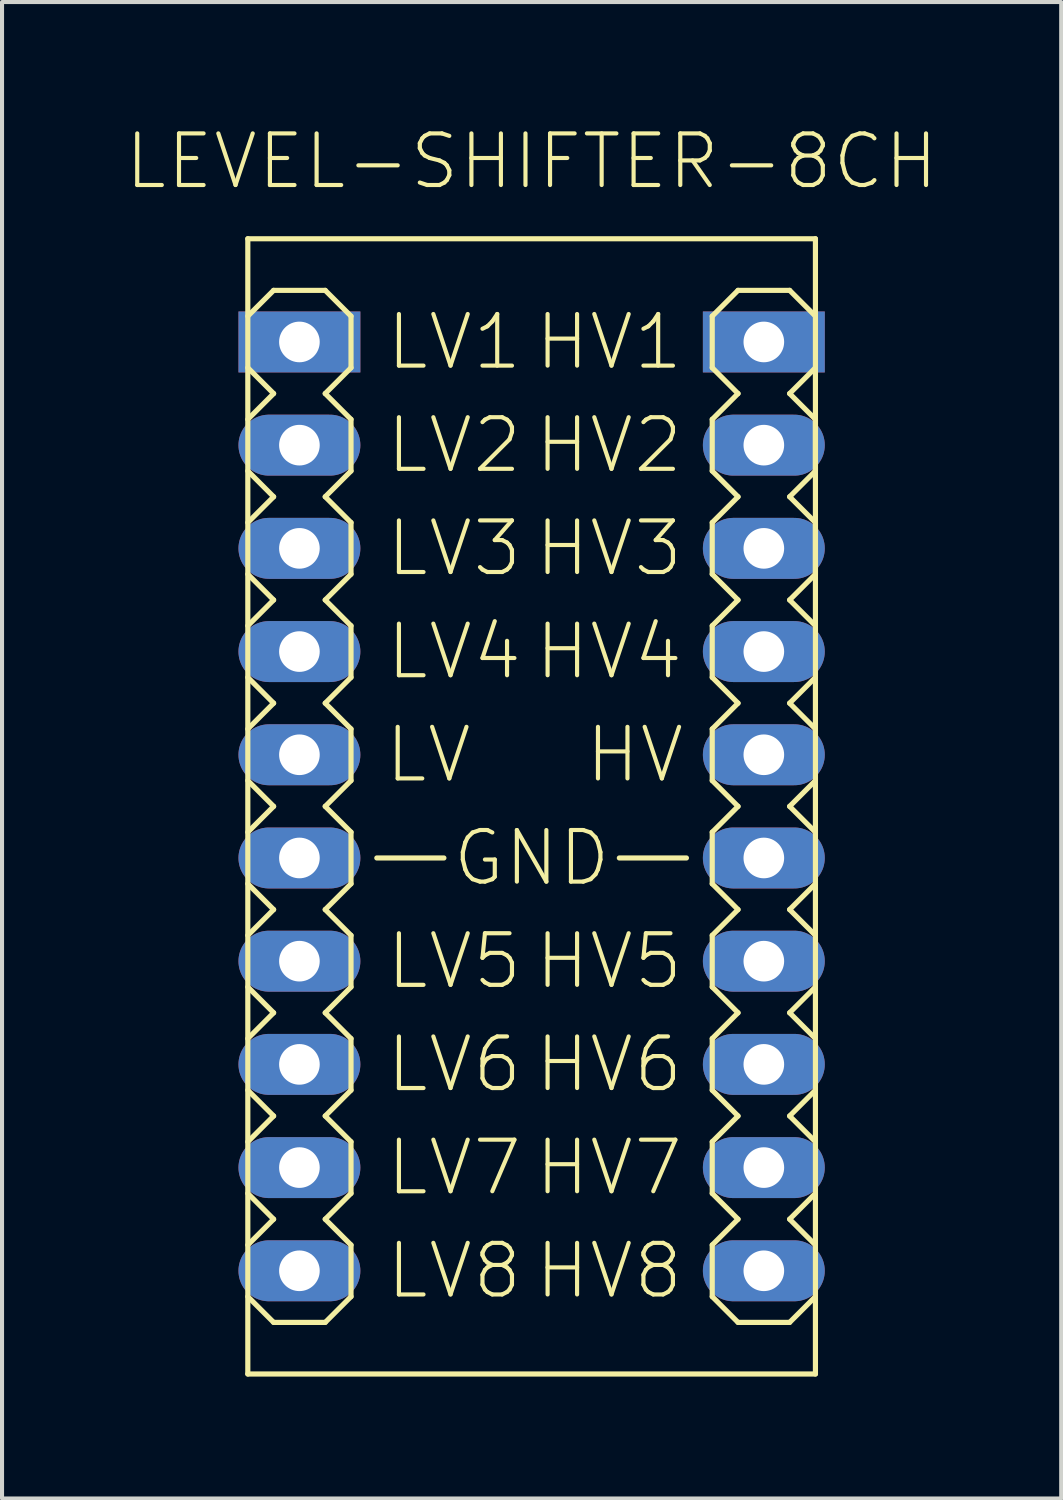
<source format=kicad_pcb>
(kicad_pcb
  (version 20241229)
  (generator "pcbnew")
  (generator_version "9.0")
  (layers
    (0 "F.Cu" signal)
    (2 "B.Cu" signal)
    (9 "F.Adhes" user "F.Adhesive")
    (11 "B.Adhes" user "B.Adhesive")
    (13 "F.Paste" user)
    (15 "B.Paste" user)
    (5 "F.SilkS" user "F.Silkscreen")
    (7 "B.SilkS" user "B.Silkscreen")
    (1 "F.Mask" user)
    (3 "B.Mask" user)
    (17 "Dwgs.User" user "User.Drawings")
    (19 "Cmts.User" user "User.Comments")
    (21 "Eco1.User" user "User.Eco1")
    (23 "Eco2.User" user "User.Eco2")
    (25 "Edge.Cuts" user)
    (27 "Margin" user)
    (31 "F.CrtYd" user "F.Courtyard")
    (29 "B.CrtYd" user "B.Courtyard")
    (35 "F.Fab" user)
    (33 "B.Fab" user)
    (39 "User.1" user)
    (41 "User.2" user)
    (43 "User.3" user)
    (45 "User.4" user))
  (footprint "LEVEL-SHIFTER-8CH"
    (layer "F.Cu")
    (at 10.034 16.796)
    (property "Reference" "LEVEL-SHIFTER-8CH" (at 0 -15.875 0) (layer "F.SilkS") (effects (font (size 1.27 1.27) (thickness 0.102))))
    (attr exclude_from_pos_files exclude_from_bom)
    (fp_line (start -6.985 -13.97) (end 6.985 -13.97) (stroke (width 0.127) (type solid)) (layer "F.SilkS"))
    (fp_line (start -6.985 -12.065) (end -6.35 -12.7) (stroke (width 0.127) (type solid)) (layer "F.SilkS"))
    (fp_line (start -6.985 -10.795) (end -6.35 -10.16) (stroke (width 0.127) (type solid)) (layer "F.SilkS"))
    (fp_line (start -6.985 -8.255) (end -6.35 -7.62) (stroke (width 0.127) (type solid)) (layer "F.SilkS"))
    (fp_line (start -6.985 -5.715) (end -6.35 -5.08) (stroke (width 0.127) (type solid)) (layer "F.SilkS"))
    (fp_line (start -6.985 -3.175) (end -6.35 -2.54) (stroke (width 0.127) (type solid)) (layer "F.SilkS"))
    (fp_line (start -6.985 -0.635) (end -6.35 0) (stroke (width 0.127) (type solid)) (layer "F.SilkS"))
    (fp_line (start -6.985 4.445) (end -6.35 5.08) (stroke (width 0.127) (type solid)) (layer "F.SilkS"))
    (fp_line (start -6.985 6.985) (end -6.35 7.62) (stroke (width 0.127) (type solid)) (layer "F.SilkS"))
    (fp_line (start -6.985 9.525) (end -6.35 10.16) (stroke (width 0.127) (type solid)) (layer "F.SilkS"))
    (fp_line (start -6.985 12.065) (end -6.35 12.7) (stroke (width 0.127) (type solid)) (layer "F.SilkS"))
    (fp_line (start -6.985 13.97) (end -6.985 -13.97) (stroke (width 0.127) (type solid)) (layer "F.SilkS"))
    (fp_line (start -6.35 -12.7) (end -5.08 -12.7) (stroke (width 0.127) (type solid)) (layer "F.SilkS"))
    (fp_line (start -6.35 -10.16) (end -6.985 -9.525) (stroke (width 0.127) (type solid)) (layer "F.SilkS"))
    (fp_line (start -6.35 -7.62) (end -6.985 -6.985) (stroke (width 0.127) (type solid)) (layer "F.SilkS"))
    (fp_line (start -6.35 -5.08) (end -6.985 -4.445) (stroke (width 0.127) (type solid)) (layer "F.SilkS"))
    (fp_line (start -6.35 -2.54) (end -6.985 -1.905) (stroke (width 0.127) (type solid)) (layer "F.SilkS"))
    (fp_line (start -6.35 0) (end -6.985 0.635) (stroke (width 0.127) (type solid)) (layer "F.SilkS"))
    (fp_line (start -6.35 2.54) (end -6.985 1.905) (stroke (width 0.127) (type solid)) (layer "F.SilkS"))
    (fp_line (start -6.35 2.54) (end -6.985 3.175) (stroke (width 0.127) (type solid)) (layer "F.SilkS"))
    (fp_line (start -6.35 5.08) (end -6.985 5.715) (stroke (width 0.127) (type solid)) (layer "F.SilkS"))
    (fp_line (start -6.35 7.62) (end -6.985 8.255) (stroke (width 0.127) (type solid)) (layer "F.SilkS"))
    (fp_line (start -6.35 10.16) (end -6.985 10.795) (stroke (width 0.127) (type solid)) (layer "F.SilkS"))
    (fp_line (start -6.35 12.7) (end -5.08 12.7) (stroke (width 0.127) (type solid)) (layer "F.SilkS"))
    (fp_line (start -5.08 -12.7) (end -4.445 -12.065) (stroke (width 0.127) (type solid)) (layer "F.SilkS"))
    (fp_line (start -5.08 -10.16) (end -4.445 -9.525) (stroke (width 0.127) (type solid)) (layer "F.SilkS"))
    (fp_line (start -5.08 -7.62) (end -4.445 -6.985) (stroke (width 0.127) (type solid)) (layer "F.SilkS"))
    (fp_line (start -5.08 -5.08) (end -4.445 -4.445) (stroke (width 0.127) (type solid)) (layer "F.SilkS"))
    (fp_line (start -5.08 -2.54) (end -4.445 -1.905) (stroke (width 0.127) (type solid)) (layer "F.SilkS"))
    (fp_line (start -5.08 0) (end -4.445 0.635) (stroke (width 0.127) (type solid)) (layer "F.SilkS"))
    (fp_line (start -5.08 5.08) (end -4.445 4.445) (stroke (width 0.127) (type solid)) (layer "F.SilkS"))
    (fp_line (start -5.08 7.62) (end -4.445 6.985) (stroke (width 0.127) (type solid)) (layer "F.SilkS"))
    (fp_line (start -5.08 10.16) (end -4.445 9.525) (stroke (width 0.127) (type solid)) (layer "F.SilkS"))
    (fp_line (start -5.08 12.7) (end -4.445 12.065) (stroke (width 0.127) (type solid)) (layer "F.SilkS"))
    (fp_line (start -4.445 -12.065) (end -4.445 -10.795) (stroke (width 0.127) (type solid)) (layer "F.SilkS"))
    (fp_line (start -4.445 -10.795) (end -5.08 -10.16) (stroke (width 0.127) (type solid)) (layer "F.SilkS"))
    (fp_line (start -4.445 -9.525) (end -4.445 -8.255) (stroke (width 0.127) (type solid)) (layer "F.SilkS"))
    (fp_line (start -4.445 -8.255) (end -5.08 -7.62) (stroke (width 0.127) (type solid)) (layer "F.SilkS"))
    (fp_line (start -4.445 -6.985) (end -4.445 -5.715) (stroke (width 0.127) (type solid)) (layer "F.SilkS"))
    (fp_line (start -4.445 -5.715) (end -5.08 -5.08) (stroke (width 0.127) (type solid)) (layer "F.SilkS"))
    (fp_line (start -4.445 -4.445) (end -4.445 -3.175) (stroke (width 0.127) (type solid)) (layer "F.SilkS"))
    (fp_line (start -4.445 -3.175) (end -5.08 -2.54) (stroke (width 0.127) (type solid)) (layer "F.SilkS"))
    (fp_line (start -4.445 -1.905) (end -4.445 -0.635) (stroke (width 0.127) (type solid)) (layer "F.SilkS"))
    (fp_line (start -4.445 -0.635) (end -5.08 0) (stroke (width 0.127) (type solid)) (layer "F.SilkS"))
    (fp_line (start -4.445 0.635) (end -4.445 1.905) (stroke (width 0.127) (type solid)) (layer "F.SilkS"))
    (fp_line (start -4.445 1.905) (end -5.08 2.54) (stroke (width 0.127) (type solid)) (layer "F.SilkS"))
    (fp_line (start -4.445 3.175) (end -5.08 2.54) (stroke (width 0.127) (type solid)) (layer "F.SilkS"))
    (fp_line (start -4.445 4.445) (end -4.445 3.175) (stroke (width 0.127) (type solid)) (layer "F.SilkS"))
    (fp_line (start -4.445 5.715) (end -5.08 5.08) (stroke (width 0.127) (type solid)) (layer "F.SilkS"))
    (fp_line (start -4.445 6.985) (end -4.445 5.715) (stroke (width 0.127) (type solid)) (layer "F.SilkS"))
    (fp_line (start -4.445 8.255) (end -5.08 7.62) (stroke (width 0.127) (type solid)) (layer "F.SilkS"))
    (fp_line (start -4.445 9.525) (end -4.445 8.255) (stroke (width 0.127) (type solid)) (layer "F.SilkS"))
    (fp_line (start -4.445 10.795) (end -5.08 10.16) (stroke (width 0.127) (type solid)) (layer "F.SilkS"))
    (fp_line (start -4.445 12.065) (end -4.445 10.795) (stroke (width 0.127) (type solid)) (layer "F.SilkS"))
    (fp_line (start -2.159 1.27) (end -3.81 1.27) (stroke (width 0.127) (type solid)) (layer "F.SilkS"))
    (fp_line (start 2.159 1.27) (end 3.81 1.27) (stroke (width 0.127) (type solid)) (layer "F.SilkS"))
    (fp_line (start 4.445 -12.065) (end 4.445 -10.795) (stroke (width 0.127) (type solid)) (layer "F.SilkS"))
    (fp_line (start 4.445 -10.795) (end 5.08 -10.16) (stroke (width 0.127) (type solid)) (layer "F.SilkS"))
    (fp_line (start 4.445 -9.525) (end 4.445 -8.255) (stroke (width 0.127) (type solid)) (layer "F.SilkS"))
    (fp_line (start 4.445 -8.255) (end 5.08 -7.62) (stroke (width 0.127) (type solid)) (layer "F.SilkS"))
    (fp_line (start 4.445 -6.985) (end 4.445 -5.715) (stroke (width 0.127) (type solid)) (layer "F.SilkS"))
    (fp_line (start 4.445 -5.715) (end 5.08 -5.08) (stroke (width 0.127) (type solid)) (layer "F.SilkS"))
    (fp_line (start 4.445 -4.445) (end 4.445 -3.175) (stroke (width 0.127) (type solid)) (layer "F.SilkS"))
    (fp_line (start 4.445 -3.175) (end 5.08 -2.54) (stroke (width 0.127) (type solid)) (layer "F.SilkS"))
    (fp_line (start 4.445 -1.905) (end 4.445 -0.635) (stroke (width 0.127) (type solid)) (layer "F.SilkS"))
    (fp_line (start 4.445 -0.635) (end 5.08 0) (stroke (width 0.127) (type solid)) (layer "F.SilkS"))
    (fp_line (start 4.445 0.635) (end 4.445 1.905) (stroke (width 0.127) (type solid)) (layer "F.SilkS"))
    (fp_line (start 4.445 1.905) (end 5.08 2.54) (stroke (width 0.127) (type solid)) (layer "F.SilkS"))
    (fp_line (start 4.445 3.175) (end 4.445 4.445) (stroke (width 0.127) (type solid)) (layer "F.SilkS"))
    (fp_line (start 4.445 4.445) (end 5.08 5.08) (stroke (width 0.127) (type solid)) (layer "F.SilkS"))
    (fp_line (start 4.445 5.715) (end 4.445 6.985) (stroke (width 0.127) (type solid)) (layer "F.SilkS"))
    (fp_line (start 4.445 6.985) (end 5.08 7.62) (stroke (width 0.127) (type solid)) (layer "F.SilkS"))
    (fp_line (start 4.445 8.255) (end 4.445 9.525) (stroke (width 0.127) (type solid)) (layer "F.SilkS"))
    (fp_line (start 4.445 9.525) (end 5.08 10.16) (stroke (width 0.127) (type solid)) (layer "F.SilkS"))
    (fp_line (start 4.445 10.795) (end 4.445 12.065) (stroke (width 0.127) (type solid)) (layer "F.SilkS"))
    (fp_line (start 4.445 12.065) (end 5.08 12.7) (stroke (width 0.127) (type solid)) (layer "F.SilkS"))
    (fp_line (start 5.08 -12.7) (end 4.445 -12.065) (stroke (width 0.127) (type solid)) (layer "F.SilkS"))
    (fp_line (start 5.08 -12.7) (end 6.35 -12.7) (stroke (width 0.127) (type solid)) (layer "F.SilkS"))
    (fp_line (start 5.08 -10.16) (end 4.445 -9.525) (stroke (width 0.127) (type solid)) (layer "F.SilkS"))
    (fp_line (start 5.08 -7.62) (end 4.445 -6.985) (stroke (width 0.127) (type solid)) (layer "F.SilkS"))
    (fp_line (start 5.08 -5.08) (end 4.445 -4.445) (stroke (width 0.127) (type solid)) (layer "F.SilkS"))
    (fp_line (start 5.08 -2.54) (end 4.445 -1.905) (stroke (width 0.127) (type solid)) (layer "F.SilkS"))
    (fp_line (start 5.08 0) (end 4.445 0.635) (stroke (width 0.127) (type solid)) (layer "F.SilkS"))
    (fp_line (start 5.08 2.54) (end 4.445 3.175) (stroke (width 0.127) (type solid)) (layer "F.SilkS"))
    (fp_line (start 5.08 5.08) (end 4.445 5.715) (stroke (width 0.127) (type solid)) (layer "F.SilkS"))
    (fp_line (start 5.08 7.62) (end 4.445 8.255) (stroke (width 0.127) (type solid)) (layer "F.SilkS"))
    (fp_line (start 5.08 10.16) (end 4.445 10.795) (stroke (width 0.127) (type solid)) (layer "F.SilkS"))
    (fp_line (start 5.08 12.7) (end 6.35 12.7) (stroke (width 0.127) (type solid)) (layer "F.SilkS"))
    (fp_line (start 6.35 -10.16) (end 6.985 -9.525) (stroke (width 0.127) (type solid)) (layer "F.SilkS"))
    (fp_line (start 6.35 -7.62) (end 6.985 -6.985) (stroke (width 0.127) (type solid)) (layer "F.SilkS"))
    (fp_line (start 6.35 -5.08) (end 6.985 -4.445) (stroke (width 0.127) (type solid)) (layer "F.SilkS"))
    (fp_line (start 6.35 -2.54) (end 6.985 -1.905) (stroke (width 0.127) (type solid)) (layer "F.SilkS"))
    (fp_line (start 6.35 0) (end 6.985 0.635) (stroke (width 0.127) (type solid)) (layer "F.SilkS"))
    (fp_line (start 6.35 2.54) (end 6.985 1.905) (stroke (width 0.127) (type solid)) (layer "F.SilkS"))
    (fp_line (start 6.35 5.08) (end 6.985 4.445) (stroke (width 0.127) (type solid)) (layer "F.SilkS"))
    (fp_line (start 6.35 7.62) (end 6.985 6.985) (stroke (width 0.127) (type solid)) (layer "F.SilkS"))
    (fp_line (start 6.35 10.16) (end 6.985 9.525) (stroke (width 0.127) (type solid)) (layer "F.SilkS"))
    (fp_line (start 6.35 12.7) (end 6.985 12.065) (stroke (width 0.127) (type solid)) (layer "F.SilkS"))
    (fp_line (start 6.985 -13.97) (end 6.985 13.97) (stroke (width 0.127) (type solid)) (layer "F.SilkS"))
    (fp_line (start 6.985 -12.065) (end 6.35 -12.7) (stroke (width 0.127) (type solid)) (layer "F.SilkS"))
    (fp_line (start 6.985 -10.795) (end 6.35 -10.16) (stroke (width 0.127) (type solid)) (layer "F.SilkS"))
    (fp_line (start 6.985 -9.525) (end 6.985 -8.255) (stroke (width 0.127) (type solid)) (layer "F.SilkS"))
    (fp_line (start 6.985 -8.255) (end 6.35 -7.62) (stroke (width 0.127) (type solid)) (layer "F.SilkS"))
    (fp_line (start 6.985 -6.985) (end 6.985 -5.715) (stroke (width 0.127) (type solid)) (layer "F.SilkS"))
    (fp_line (start 6.985 -5.715) (end 6.35 -5.08) (stroke (width 0.127) (type solid)) (layer "F.SilkS"))
    (fp_line (start 6.985 -3.175) (end 6.35 -2.54) (stroke (width 0.127) (type solid)) (layer "F.SilkS"))
    (fp_line (start 6.985 -0.635) (end 6.35 0) (stroke (width 0.127) (type solid)) (layer "F.SilkS"))
    (fp_line (start 6.985 3.175) (end 6.35 2.54) (stroke (width 0.127) (type solid)) (layer "F.SilkS"))
    (fp_line (start 6.985 5.715) (end 6.35 5.08) (stroke (width 0.127) (type solid)) (layer "F.SilkS"))
    (fp_line (start 6.985 8.255) (end 6.35 7.62) (stroke (width 0.127) (type solid)) (layer "F.SilkS"))
    (fp_line (start 6.985 10.795) (end 6.35 10.16) (stroke (width 0.127) (type solid)) (layer "F.SilkS"))
    (fp_line (start 6.985 13.97) (end -6.985 13.97) (stroke (width 0.127) (type solid)) (layer "F.SilkS"))
    (fp_text user "HV7" (at 1.905 8.89 0) (layer "F.SilkS") (effects (font (size 1.27 1.27) (thickness 0.102))))
    (fp_text user "HV6" (at 1.905 6.35 0) (layer "F.SilkS") (effects (font (size 1.27 1.27) (thickness 0.102))))
    (fp_text user "LV8" (at -1.905 11.43 0) (layer "F.SilkS") (effects (font (size 1.27 1.27) (thickness 0.102))))
    (fp_text user "GND" (at 0 1.27 0) (layer "F.SilkS") (effects (font (size 1.27 1.27) (thickness 0.102))))
    (fp_text user "HV5" (at 1.905 3.81 0) (layer "F.SilkS") (effects (font (size 1.27 1.27) (thickness 0.102))))
    (fp_text user "HV8" (at 1.905 11.43 0) (layer "F.SilkS") (effects (font (size 1.27 1.27) (thickness 0.102))))
    (fp_text user "LV1" (at -1.905 -11.43 0) (layer "F.SilkS") (effects (font (size 1.27 1.27) (thickness 0.102))))
    (fp_text user "LV4" (at -1.905 -3.81 0) (layer "F.SilkS") (effects (font (size 1.27 1.27) (thickness 0.102))))
    (fp_text user "HV1" (at 1.905 -11.43 0) (layer "F.SilkS") (effects (font (size 1.27 1.27) (thickness 0.102))))
    (fp_text user "LV" (at -2.54 -1.27 0) (layer "F.SilkS") (effects (font (size 1.27 1.27) (thickness 0.102))))
    (fp_text user "LV2" (at -1.905 -8.89 0) (layer "F.SilkS") (effects (font (size 1.27 1.27) (thickness 0.102))))
    (fp_text user "HV4" (at 1.905 -3.81 0) (layer "F.SilkS") (effects (font (size 1.27 1.27) (thickness 0.102))))
    (fp_text user "LV3" (at -1.905 -6.35 0) (layer "F.SilkS") (effects (font (size 1.27 1.27) (thickness 0.102))))
    (fp_text user "LV5" (at -1.905 3.81 0) (layer "F.SilkS") (effects (font (size 1.27 1.27) (thickness 0.102))))
    (fp_text user "LV7" (at -1.905 8.89 0) (layer "F.SilkS") (effects (font (size 1.27 1.27) (thickness 0.102))))
    (fp_text user "LV6" (at -1.905 6.35 0) (layer "F.SilkS") (effects (font (size 1.27 1.27) (thickness 0.102))))
    (fp_text user "HV" (at 2.54 -1.27 0) (layer "F.SilkS") (effects (font (size 1.27 1.27) (thickness 0.102))))
    (fp_text user "HV2" (at 1.905 -8.89 0) (layer "F.SilkS") (effects (font (size 1.27 1.27) (thickness 0.102))))
    (fp_text user "HV3" (at 1.905 -6.35 0) (layer "F.SilkS") (effects (font (size 1.27 1.27) (thickness 0.102))))
    (pad "J1.1" thru_hole rect (at -5.715 -11.43) (size 3 1.5) (drill 1) (layers "*.Cu" "*.Paste" "*.Mask"))
    (pad "J1.2" thru_hole oval (at -5.715 -8.89) (size 3 1.5) (drill 1) (layers "*.Cu" "*.Paste" "*.Mask"))
    (pad "J1.3" thru_hole oval (at -5.715 -6.35) (size 3 1.5) (drill 1) (layers "*.Cu" "*.Paste" "*.Mask"))
    (pad "J1.4" thru_hole oval (at -5.715 -3.81) (size 3 1.5) (drill 1) (layers "*.Cu" "*.Paste" "*.Mask"))
    (pad "J1.5" thru_hole oval (at -5.715 -1.27) (size 3 1.5) (drill 1) (layers "*.Cu" "*.Paste" "*.Mask"))
    (pad "J1.6" thru_hole oval (at -5.715 1.27) (size 3 1.5) (drill 1) (layers "*.Cu" "*.Paste" "*.Mask"))
    (pad "J1.7" thru_hole oval (at -5.715 3.81) (size 3 1.5) (drill 1) (layers "*.Cu" "*.Paste" "*.Mask"))
    (pad "J1.8" thru_hole oval (at -5.715 6.35) (size 3 1.5) (drill 1) (layers "*.Cu" "*.Paste" "*.Mask"))
    (pad "J1.9" thru_hole oval (at -5.715 8.89) (size 3 1.5) (drill 1) (layers "*.Cu" "*.Paste" "*.Mask"))
    (pad "J1.10" thru_hole oval (at -5.715 11.43) (size 3 1.5) (drill 1) (layers "*.Cu" "*.Paste" "*.Mask"))
    (pad "J2.1" thru_hole rect (at 5.715 -11.43) (size 3 1.5) (drill 1) (layers "*.Cu" "*.Paste" "*.Mask"))
    (pad "J2.2" thru_hole oval (at 5.715 -8.89) (size 3 1.5) (drill 1) (layers "*.Cu" "*.Paste" "*.Mask"))
    (pad "J2.3" thru_hole oval (at 5.715 -6.35) (size 3 1.5) (drill 1) (layers "*.Cu" "*.Paste" "*.Mask"))
    (pad "J2.4" thru_hole oval (at 5.715 -3.81) (size 3 1.5) (drill 1) (layers "*.Cu" "*.Paste" "*.Mask"))
    (pad "J2.5" thru_hole oval (at 5.715 -1.27) (size 3 1.5) (drill 1) (layers "*.Cu" "*.Paste" "*.Mask"))
    (pad "J2.6" thru_hole oval (at 5.715 1.27) (size 3 1.5) (drill 1) (layers "*.Cu" "*.Paste" "*.Mask"))
    (pad "J2.7" thru_hole oval (at 5.715 3.81) (size 3 1.5) (drill 1) (layers "*.Cu" "*.Paste" "*.Mask"))
    (pad "J2.8" thru_hole oval (at 5.715 6.35) (size 3 1.5) (drill 1) (layers "*.Cu" "*.Paste" "*.Mask"))
    (pad "J2.9" thru_hole oval (at 5.715 8.89) (size 3 1.5) (drill 1) (layers "*.Cu" "*.Paste" "*.Mask"))
    (pad "J2.10" thru_hole oval (at 5.715 11.43) (size 3 1.5) (drill 1) (layers "*.Cu" "*.Paste" "*.Mask")))
  (gr_rect
    (start -3 -3)
    (end 23.068 33.83)
    (stroke (width 0.1) (type default))
    (fill no)
    (layer "Edge.Cuts")))
</source>
